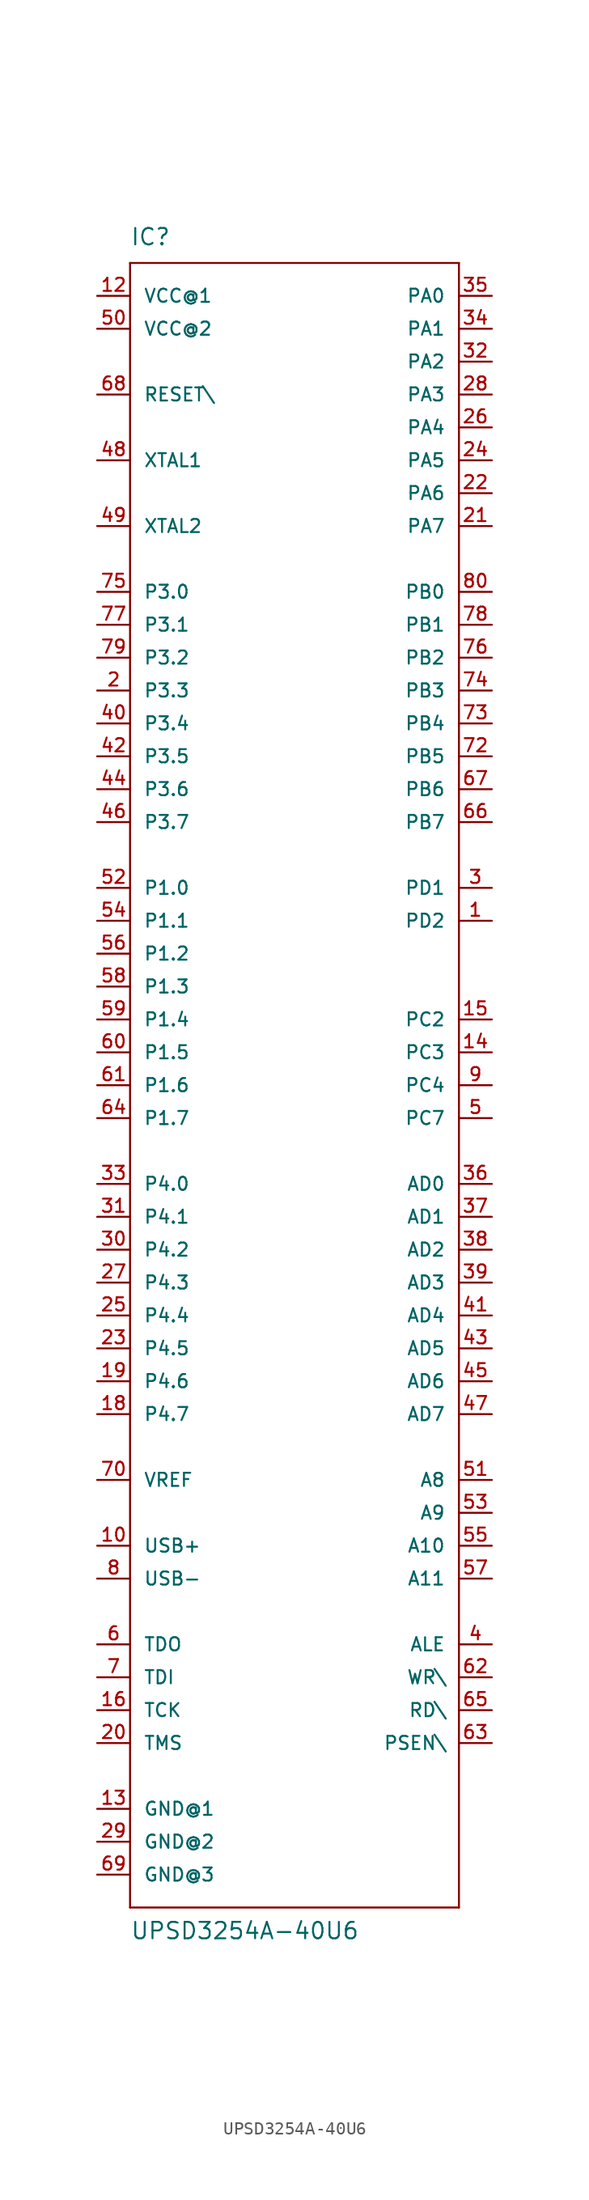
<source format=kicad_sym>
(kicad_symbol_lib
  (version 20211014)
  (generator kicad_symbol_editor)
  (symbol "UPSD3254A-40U6"
    (pin_names
      (offset 1.016))
    (property "Reference" "IC"
      (at -12.7 62.23 0)
      (effects (font (size 1.27 1.27)) (justify left bottom)))
    (property "Value" "UPSD3254A-40U6"
      (at -12.7 -68.58 0)
      (effects (font (size 1.27 1.27)) (justify left bottom)))
    (property "ki_locked" ""
      (at 0 0 0)
      (effects (font (size 1.27 1.27))))
    (symbol "UPSD3254A-40U6_1_0"
      (polyline (pts (xy -12.7 -66.04) (xy -12.7 60.96)) (stroke (width 0) (type default) (color 0 0 0 0)) (fill (type none)))
      (polyline (pts (xy -12.7 60.96) (xy 12.7 60.96)) (stroke (width 0) (type default) (color 0 0 0 0)) (fill (type none)))
      (polyline (pts (xy 12.7 -66.04) (xy -12.7 -66.04)) (stroke (width 0) (type default) (color 0 0 0 0)) (fill (type none)))
      (polyline (pts (xy 12.7 60.96) (xy 12.7 -66.04)) (stroke (width 0) (type default) (color 0 0 0 0)) (fill (type none))))
    (symbol "UPSD3254A-40U6_1_1"
      (pin bidirectional line (at 15.24 10.16 180) (length 2.54) (name "PD2" (effects (font (size 1.016 1.016)))) (number "1" (effects (font (size 1.016 1.016)))))
      (pin bidirectional line (at -15.24 -38.1 0) (length 2.54) (name "USB+" (effects (font (size 1.016 1.016)))) (number "10" (effects (font (size 1.016 1.016)))))
      (pin power_in line (at -15.24 58.42 0) (length 2.54) (name "VCC@1" (effects (font (size 1.016 1.016)))) (number "12" (effects (font (size 1.016 1.016)))))
      (pin power_in line (at -15.24 -58.42 0) (length 2.54) (name "GND@1" (effects (font (size 1.016 1.016)))) (number "13" (effects (font (size 1.016 1.016)))))
      (pin bidirectional line (at 15.24 0 180) (length 2.54) (name "PC3" (effects (font (size 1.016 1.016)))) (number "14" (effects (font (size 1.016 1.016)))))
      (pin bidirectional line (at 15.24 2.54 180) (length 2.54) (name "PC2" (effects (font (size 1.016 1.016)))) (number "15" (effects (font (size 1.016 1.016)))))
      (pin input line (at -15.24 -50.8 0) (length 2.54) (name "TCK" (effects (font (size 1.016 1.016)))) (number "16" (effects (font (size 1.016 1.016)))))
      (pin bidirectional line (at -15.24 -27.94 0) (length 2.54) (name "P4.7" (effects (font (size 1.016 1.016)))) (number "18" (effects (font (size 1.016 1.016)))))
      (pin bidirectional line (at -15.24 -25.4 0) (length 2.54) (name "P4.6" (effects (font (size 1.016 1.016)))) (number "19" (effects (font (size 1.016 1.016)))))
      (pin bidirectional line (at -15.24 27.94 0) (length 2.54) (name "P3.3" (effects (font (size 1.016 1.016)))) (number "2" (effects (font (size 1.016 1.016)))))
      (pin input line (at -15.24 -53.34 0) (length 2.54) (name "TMS" (effects (font (size 1.016 1.016)))) (number "20" (effects (font (size 1.016 1.016)))))
      (pin bidirectional line (at 15.24 40.64 180) (length 2.54) (name "PA7" (effects (font (size 1.016 1.016)))) (number "21" (effects (font (size 1.016 1.016)))))
      (pin bidirectional line (at 15.24 43.18 180) (length 2.54) (name "PA6" (effects (font (size 1.016 1.016)))) (number "22" (effects (font (size 1.016 1.016)))))
      (pin bidirectional line (at -15.24 -22.86 0) (length 2.54) (name "P4.5" (effects (font (size 1.016 1.016)))) (number "23" (effects (font (size 1.016 1.016)))))
      (pin bidirectional line (at 15.24 45.72 180) (length 2.54) (name "PA5" (effects (font (size 1.016 1.016)))) (number "24" (effects (font (size 1.016 1.016)))))
      (pin bidirectional line (at -15.24 -20.32 0) (length 2.54) (name "P4.4" (effects (font (size 1.016 1.016)))) (number "25" (effects (font (size 1.016 1.016)))))
      (pin bidirectional line (at 15.24 48.26 180) (length 2.54) (name "PA4" (effects (font (size 1.016 1.016)))) (number "26" (effects (font (size 1.016 1.016)))))
      (pin bidirectional line (at -15.24 -17.78 0) (length 2.54) (name "P4.3" (effects (font (size 1.016 1.016)))) (number "27" (effects (font (size 1.016 1.016)))))
      (pin bidirectional line (at 15.24 50.8 180) (length 2.54) (name "PA3" (effects (font (size 1.016 1.016)))) (number "28" (effects (font (size 1.016 1.016)))))
      (pin power_in line (at -15.24 -60.96 0) (length 2.54) (name "GND@2" (effects (font (size 1.016 1.016)))) (number "29" (effects (font (size 1.016 1.016)))))
      (pin bidirectional line (at 15.24 12.7 180) (length 2.54) (name "PD1" (effects (font (size 1.016 1.016)))) (number "3" (effects (font (size 1.016 1.016)))))
      (pin bidirectional line (at -15.24 -15.24 0) (length 2.54) (name "P4.2" (effects (font (size 1.016 1.016)))) (number "30" (effects (font (size 1.016 1.016)))))
      (pin bidirectional line (at -15.24 -12.7 0) (length 2.54) (name "P4.1" (effects (font (size 1.016 1.016)))) (number "31" (effects (font (size 1.016 1.016)))))
      (pin bidirectional line (at 15.24 53.34 180) (length 2.54) (name "PA2" (effects (font (size 1.016 1.016)))) (number "32" (effects (font (size 1.016 1.016)))))
      (pin bidirectional line (at -15.24 -10.16 0) (length 2.54) (name "P4.0" (effects (font (size 1.016 1.016)))) (number "33" (effects (font (size 1.016 1.016)))))
      (pin bidirectional line (at 15.24 55.88 180) (length 2.54) (name "PA1" (effects (font (size 1.016 1.016)))) (number "34" (effects (font (size 1.016 1.016)))))
      (pin bidirectional line (at 15.24 58.42 180) (length 2.54) (name "PA0" (effects (font (size 1.016 1.016)))) (number "35" (effects (font (size 1.016 1.016)))))
      (pin input line (at 15.24 -10.16 180) (length 2.54) (name "AD0" (effects (font (size 1.016 1.016)))) (number "36" (effects (font (size 1.016 1.016)))))
      (pin input line (at 15.24 -12.7 180) (length 2.54) (name "AD1" (effects (font (size 1.016 1.016)))) (number "37" (effects (font (size 1.016 1.016)))))
      (pin input line (at 15.24 -15.24 180) (length 2.54) (name "AD2" (effects (font (size 1.016 1.016)))) (number "38" (effects (font (size 1.016 1.016)))))
      (pin input line (at 15.24 -17.78 180) (length 2.54) (name "AD3" (effects (font (size 1.016 1.016)))) (number "39" (effects (font (size 1.016 1.016)))))
      (pin output line (at 15.24 -45.72 180) (length 2.54) (name "ALE" (effects (font (size 1.016 1.016)))) (number "4" (effects (font (size 1.016 1.016)))))
      (pin bidirectional line (at -15.24 25.4 0) (length 2.54) (name "P3.4" (effects (font (size 1.016 1.016)))) (number "40" (effects (font (size 1.016 1.016)))))
      (pin input line (at 15.24 -20.32 180) (length 2.54) (name "AD4" (effects (font (size 1.016 1.016)))) (number "41" (effects (font (size 1.016 1.016)))))
      (pin bidirectional line (at -15.24 22.86 0) (length 2.54) (name "P3.5" (effects (font (size 1.016 1.016)))) (number "42" (effects (font (size 1.016 1.016)))))
      (pin input line (at 15.24 -22.86 180) (length 2.54) (name "AD5" (effects (font (size 1.016 1.016)))) (number "43" (effects (font (size 1.016 1.016)))))
      (pin bidirectional line (at -15.24 20.32 0) (length 2.54) (name "P3.6" (effects (font (size 1.016 1.016)))) (number "44" (effects (font (size 1.016 1.016)))))
      (pin input line (at 15.24 -25.4 180) (length 2.54) (name "AD6" (effects (font (size 1.016 1.016)))) (number "45" (effects (font (size 1.016 1.016)))))
      (pin bidirectional line (at -15.24 17.78 0) (length 2.54) (name "P3.7" (effects (font (size 1.016 1.016)))) (number "46" (effects (font (size 1.016 1.016)))))
      (pin input line (at 15.24 -27.94 180) (length 2.54) (name "AD7" (effects (font (size 1.016 1.016)))) (number "47" (effects (font (size 1.016 1.016)))))
      (pin input line (at -15.24 45.72 0) (length 2.54) (name "XTAL1" (effects (font (size 1.016 1.016)))) (number "48" (effects (font (size 1.016 1.016)))))
      (pin output line (at -15.24 40.64 0) (length 2.54) (name "XTAL2" (effects (font (size 1.016 1.016)))) (number "49" (effects (font (size 1.016 1.016)))))
      (pin bidirectional line (at 15.24 -5.08 180) (length 2.54) (name "PC7" (effects (font (size 1.016 1.016)))) (number "5" (effects (font (size 1.016 1.016)))))
      (pin power_in line (at -15.24 55.88 0) (length 2.54) (name "VCC@2" (effects (font (size 1.016 1.016)))) (number "50" (effects (font (size 1.016 1.016)))))
      (pin output line (at 15.24 -33.02 180) (length 2.54) (name "A8" (effects (font (size 1.016 1.016)))) (number "51" (effects (font (size 1.016 1.016)))))
      (pin bidirectional line (at -15.24 12.7 0) (length 2.54) (name "P1.0" (effects (font (size 1.016 1.016)))) (number "52" (effects (font (size 1.016 1.016)))))
      (pin output line (at 15.24 -35.56 180) (length 2.54) (name "A9" (effects (font (size 1.016 1.016)))) (number "53" (effects (font (size 1.016 1.016)))))
      (pin bidirectional line (at -15.24 10.16 0) (length 2.54) (name "P1.1" (effects (font (size 1.016 1.016)))) (number "54" (effects (font (size 1.016 1.016)))))
      (pin output line (at 15.24 -38.1 180) (length 2.54) (name "A10" (effects (font (size 1.016 1.016)))) (number "55" (effects (font (size 1.016 1.016)))))
      (pin bidirectional line (at -15.24 7.62 0) (length 2.54) (name "P1.2" (effects (font (size 1.016 1.016)))) (number "56" (effects (font (size 1.016 1.016)))))
      (pin output line (at 15.24 -40.64 180) (length 2.54) (name "A11" (effects (font (size 1.016 1.016)))) (number "57" (effects (font (size 1.016 1.016)))))
      (pin bidirectional line (at -15.24 5.08 0) (length 2.54) (name "P1.3" (effects (font (size 1.016 1.016)))) (number "58" (effects (font (size 1.016 1.016)))))
      (pin bidirectional line (at -15.24 2.54 0) (length 2.54) (name "P1.4" (effects (font (size 1.016 1.016)))) (number "59" (effects (font (size 1.016 1.016)))))
      (pin output line (at -15.24 -45.72 0) (length 2.54) (name "TDO" (effects (font (size 1.016 1.016)))) (number "6" (effects (font (size 1.016 1.016)))))
      (pin bidirectional line (at -15.24 0 0) (length 2.54) (name "P1.5" (effects (font (size 1.016 1.016)))) (number "60" (effects (font (size 1.016 1.016)))))
      (pin bidirectional line (at -15.24 -2.54 0) (length 2.54) (name "P1.6" (effects (font (size 1.016 1.016)))) (number "61" (effects (font (size 1.016 1.016)))))
      (pin output line (at 15.24 -48.26 180) (length 2.54) (name "WR\\" (effects (font (size 1.016 1.016)))) (number "62" (effects (font (size 1.016 1.016)))))
      (pin output line (at 15.24 -53.34 180) (length 2.54) (name "PSEN\\" (effects (font (size 1.016 1.016)))) (number "63" (effects (font (size 1.016 1.016)))))
      (pin bidirectional line (at -15.24 -5.08 0) (length 2.54) (name "P1.7" (effects (font (size 1.016 1.016)))) (number "64" (effects (font (size 1.016 1.016)))))
      (pin output line (at 15.24 -50.8 180) (length 2.54) (name "RD\\" (effects (font (size 1.016 1.016)))) (number "65" (effects (font (size 1.016 1.016)))))
      (pin bidirectional line (at 15.24 17.78 180) (length 2.54) (name "PB7" (effects (font (size 1.016 1.016)))) (number "66" (effects (font (size 1.016 1.016)))))
      (pin bidirectional line (at 15.24 20.32 180) (length 2.54) (name "PB6" (effects (font (size 1.016 1.016)))) (number "67" (effects (font (size 1.016 1.016)))))
      (pin input line (at -15.24 50.8 0) (length 2.54) (name "RESET\\" (effects (font (size 1.016 1.016)))) (number "68" (effects (font (size 1.016 1.016)))))
      (pin power_in line (at -15.24 -63.5 0) (length 2.54) (name "GND@3" (effects (font (size 1.016 1.016)))) (number "69" (effects (font (size 1.016 1.016)))))
      (pin input line (at -15.24 -48.26 0) (length 2.54) (name "TDI" (effects (font (size 1.016 1.016)))) (number "7" (effects (font (size 1.016 1.016)))))
      (pin output line (at -15.24 -33.02 0) (length 2.54) (name "VREF" (effects (font (size 1.016 1.016)))) (number "70" (effects (font (size 1.016 1.016)))))
      (pin bidirectional line (at 15.24 22.86 180) (length 2.54) (name "PB5" (effects (font (size 1.016 1.016)))) (number "72" (effects (font (size 1.016 1.016)))))
      (pin bidirectional line (at 15.24 25.4 180) (length 2.54) (name "PB4" (effects (font (size 1.016 1.016)))) (number "73" (effects (font (size 1.016 1.016)))))
      (pin bidirectional line (at 15.24 27.94 180) (length 2.54) (name "PB3" (effects (font (size 1.016 1.016)))) (number "74" (effects (font (size 1.016 1.016)))))
      (pin bidirectional line (at -15.24 35.56 0) (length 2.54) (name "P3.0" (effects (font (size 1.016 1.016)))) (number "75" (effects (font (size 1.016 1.016)))))
      (pin bidirectional line (at 15.24 30.48 180) (length 2.54) (name "PB2" (effects (font (size 1.016 1.016)))) (number "76" (effects (font (size 1.016 1.016)))))
      (pin bidirectional line (at -15.24 33.02 0) (length 2.54) (name "P3.1" (effects (font (size 1.016 1.016)))) (number "77" (effects (font (size 1.016 1.016)))))
      (pin bidirectional line (at 15.24 33.02 180) (length 2.54) (name "PB1" (effects (font (size 1.016 1.016)))) (number "78" (effects (font (size 1.016 1.016)))))
      (pin bidirectional line (at -15.24 30.48 0) (length 2.54) (name "P3.2" (effects (font (size 1.016 1.016)))) (number "79" (effects (font (size 1.016 1.016)))))
      (pin bidirectional line (at -15.24 -40.64 0) (length 2.54) (name "USB-" (effects (font (size 1.016 1.016)))) (number "8" (effects (font (size 1.016 1.016)))))
      (pin bidirectional line (at 15.24 35.56 180) (length 2.54) (name "PB0" (effects (font (size 1.016 1.016)))) (number "80" (effects (font (size 1.016 1.016)))))
      (pin bidirectional line (at 15.24 -2.54 180) (length 2.54) (name "PC4" (effects (font (size 1.016 1.016)))) (number "9" (effects (font (size 1.016 1.016))))))))
</source>
